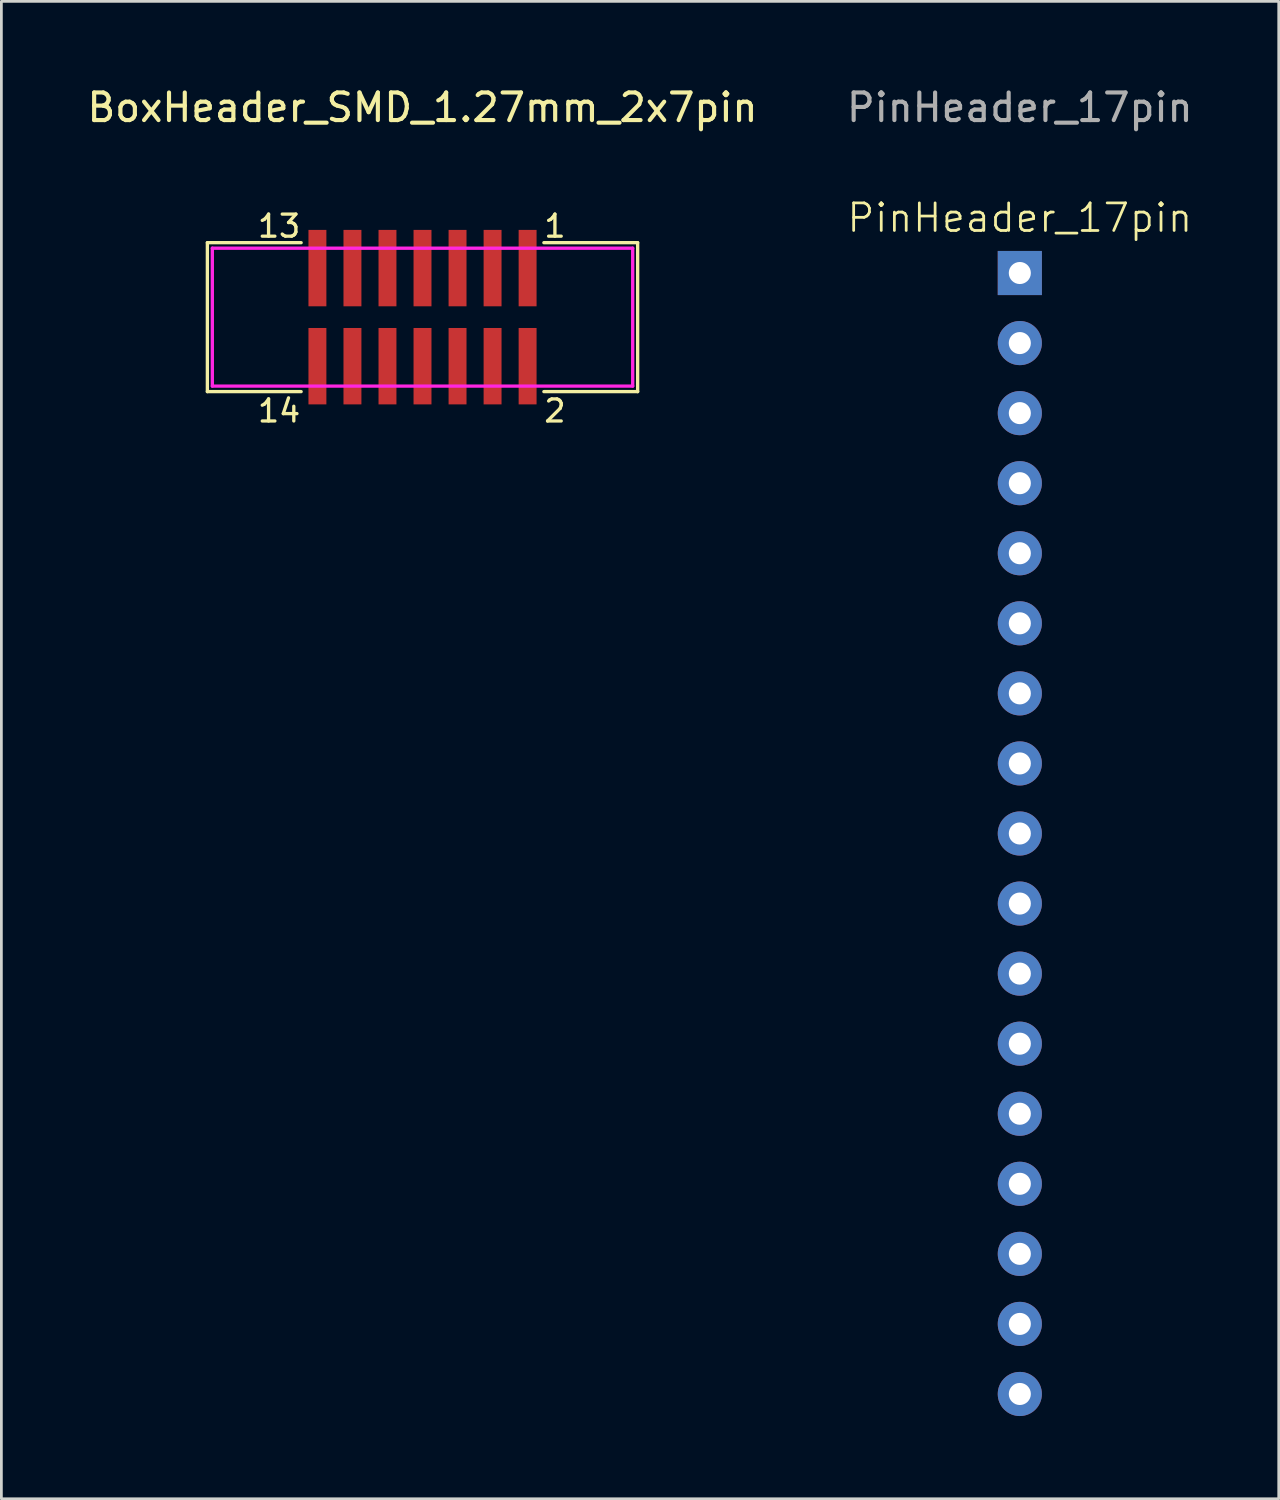
<source format=kicad_pcb>
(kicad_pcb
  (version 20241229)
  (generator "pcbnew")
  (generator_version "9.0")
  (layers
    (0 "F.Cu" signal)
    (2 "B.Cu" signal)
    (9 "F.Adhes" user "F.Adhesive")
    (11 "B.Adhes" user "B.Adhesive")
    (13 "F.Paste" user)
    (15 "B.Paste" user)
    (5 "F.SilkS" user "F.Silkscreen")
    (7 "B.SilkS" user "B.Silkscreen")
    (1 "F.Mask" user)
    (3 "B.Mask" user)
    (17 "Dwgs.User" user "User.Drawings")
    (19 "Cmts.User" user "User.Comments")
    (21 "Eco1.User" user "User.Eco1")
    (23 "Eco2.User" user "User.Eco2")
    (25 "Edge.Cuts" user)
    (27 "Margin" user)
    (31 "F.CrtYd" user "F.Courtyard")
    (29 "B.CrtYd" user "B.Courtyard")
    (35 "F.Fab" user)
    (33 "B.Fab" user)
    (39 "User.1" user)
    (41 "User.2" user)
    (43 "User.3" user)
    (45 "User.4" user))
  (footprint "PinHeader_17pin"
    (layer "F.Cu")
    (at 33.923 6.848)
    (property "Reference" "PinHeader_17pin" (at 0 -2 0) (unlocked yes) (layer "F.SilkS") (effects (font (size 1 1) (thickness 0.1))))
    (attr through_hole)
    (fp_text user "${REFERENCE}" (at 0 -6 0) (unlocked yes) (layer "F.Fab") (effects (font (size 1 1) (thickness 0.15))))
    (pad "1" thru_hole rect (at 0 0) (size 1.6 1.6) (drill 0.8) (layers "*.Cu" "*.Mask"))
    (pad "2" thru_hole circle (at 0 2.54) (size 1.6 1.6) (drill 0.8) (layers "*.Cu" "*.Mask"))
    (pad "3" thru_hole circle (at 0 5.08) (size 1.6 1.6) (drill 0.8) (layers "*.Cu" "*.Mask"))
    (pad "4" thru_hole circle (at 0 7.62) (size 1.6 1.6) (drill 0.8) (layers "*.Cu" "*.Mask"))
    (pad "5" thru_hole circle (at 0 10.16) (size 1.6 1.6) (drill 0.8) (layers "*.Cu" "*.Mask"))
    (pad "6" thru_hole circle (at 0 12.7) (size 1.6 1.6) (drill 0.8) (layers "*.Cu" "*.Mask"))
    (pad "7" thru_hole circle (at 0 15.24) (size 1.6 1.6) (drill 0.8) (layers "*.Cu" "*.Mask"))
    (pad "8" thru_hole circle (at 0 17.78) (size 1.6 1.6) (drill 0.8) (layers "*.Cu" "*.Mask"))
    (pad "9" thru_hole circle (at 0 20.32) (size 1.6 1.6) (drill 0.8) (layers "*.Cu" "*.Mask"))
    (pad "10" thru_hole circle (at 0 22.86) (size 1.6 1.6) (drill 0.8) (layers "*.Cu" "*.Mask"))
    (pad "11" thru_hole circle (at 0 25.4) (size 1.6 1.6) (drill 0.8) (layers "*.Cu" "*.Mask"))
    (pad "12" thru_hole circle (at 0 27.94) (size 1.6 1.6) (drill 0.8) (layers "*.Cu" "*.Mask"))
    (pad "13" thru_hole circle (at 0 30.48) (size 1.6 1.6) (drill 0.8) (layers "*.Cu" "*.Mask"))
    (pad "14" thru_hole circle (at 0 33.02) (size 1.6 1.6) (drill 0.8) (layers "*.Cu" "*.Mask"))
    (pad "15" thru_hole circle (at 0 35.56) (size 1.6 1.6) (drill 0.8) (layers "*.Cu" "*.Mask"))
    (pad "16" thru_hole circle (at 0 38.1) (size 1.6 1.6) (drill 0.8) (layers "*.Cu" "*.Mask"))
    (pad "17" thru_hole circle (at 0 40.64) (size 1.6 1.6) (drill 0.8) (layers "*.Cu" "*.Mask")))
  (footprint "BoxHeader_SMD_1.27mm_2x7pin"
    (layer "F.Cu")
    (at 12.268 8.448)
    (property "Reference" "BoxHeader_SMD_1.27mm_2x7pin" (at 0 -7.6 0) (layer "F.SilkS") (effects (font (size 1 1) (thickness 0.15))))
    (attr through_hole)
    (fp_line (start -7.8 -2.7) (end -7.8 2.7) (stroke (width 0.12) (type solid)) (layer "F.SilkS"))
    (fp_line (start -7.8 2.7) (end -4.4 2.7) (stroke (width 0.12) (type solid)) (layer "F.SilkS"))
    (fp_line (start -4.4 -2.7) (end -7.8 -2.7) (stroke (width 0.12) (type solid)) (layer "F.SilkS"))
    (fp_line (start 7.8 -2.7) (end 4.4 -2.7) (stroke (width 0.12) (type solid)) (layer "F.SilkS"))
    (fp_line (start 7.8 -2.7) (end 7.8 2.7) (stroke (width 0.12) (type solid)) (layer "F.SilkS"))
    (fp_line (start 7.8 2.7) (end 4.4 2.7) (stroke (width 0.12) (type solid)) (layer "F.SilkS"))
    (fp_line (start -7.62 -2.5) (end 7.62 -2.5) (stroke (width 0.12) (type solid)) (layer "F.CrtYd"))
    (fp_line (start -7.62 2.5) (end -7.62 -2.5) (stroke (width 0.12) (type solid)) (layer "F.CrtYd"))
    (fp_line (start 7.62 -2.5) (end 7.62 2.5) (stroke (width 0.12) (type solid)) (layer "F.CrtYd"))
    (fp_line (start 7.62 2.5) (end -7.62 2.5) (stroke (width 0.12) (type solid)) (layer "F.CrtYd"))
    (fp_text user "2" (at 4.8 3.4 0) (layer "F.SilkS") (effects (font (size 0.8 0.8) (thickness 0.12))))
    (fp_text user "13" (at -5.2 -3.3 0) (layer "F.SilkS") (effects (font (size 0.8 0.8) (thickness 0.12))))
    (fp_text user "14" (at -5.2 3.4 0) (layer "F.SilkS") (effects (font (size 0.8 0.8) (thickness 0.12))))
    (fp_text user "1" (at 4.8 -3.3 0) (layer "F.SilkS") (effects (font (size 0.8 0.8) (thickness 0.12))))
    (pad "1" smd rect (at 3.81 -1.778) (size 0.65 2.77) (layers "F.Cu" "F.Mask" "F.Paste"))
    (pad "2" smd rect (at 3.81 1.778) (size 0.65 2.77) (layers "F.Cu" "F.Mask" "F.Paste"))
    (pad "3" smd rect (at 2.54 -1.778) (size 0.65 2.77) (layers "F.Cu" "F.Mask" "F.Paste"))
    (pad "4" smd rect (at 2.54 1.778) (size 0.65 2.77) (layers "F.Cu" "F.Mask" "F.Paste"))
    (pad "5" smd rect (at 1.27 -1.778) (size 0.65 2.77) (layers "F.Cu" "F.Mask" "F.Paste"))
    (pad "6" smd rect (at 1.27 1.778) (size 0.65 2.77) (layers "F.Cu" "F.Mask" "F.Paste"))
    (pad "7" smd rect (at 0 -1.778) (size 0.65 2.77) (layers "F.Cu" "F.Mask" "F.Paste"))
    (pad "8" smd rect (at 0 1.778) (size 0.65 2.77) (layers "F.Cu" "F.Mask" "F.Paste"))
    (pad "9" smd rect (at -1.27 -1.778) (size 0.65 2.77) (layers "F.Cu" "F.Mask" "F.Paste"))
    (pad "10" smd rect (at -1.27 1.778) (size 0.65 2.77) (layers "F.Cu" "F.Mask" "F.Paste"))
    (pad "11" smd rect (at -2.54 -1.778) (size 0.65 2.77) (layers "F.Cu" "F.Mask" "F.Paste"))
    (pad "12" smd rect (at -2.54 1.778) (size 0.65 2.77) (layers "F.Cu" "F.Mask" "F.Paste"))
    (pad "13" smd rect (at -3.81 -1.778) (size 0.65 2.77) (layers "F.Cu" "F.Mask" "F.Paste"))
    (pad "14" smd rect (at -3.81 1.778) (size 0.65 2.77) (layers "F.Cu" "F.Mask" "F.Paste")))
  (gr_rect
    (start -3 -3)
    (end 43.31 51.288)
    (stroke (width 0.1) (type default))
    (fill no)
    (layer "Edge.Cuts")))
</source>
